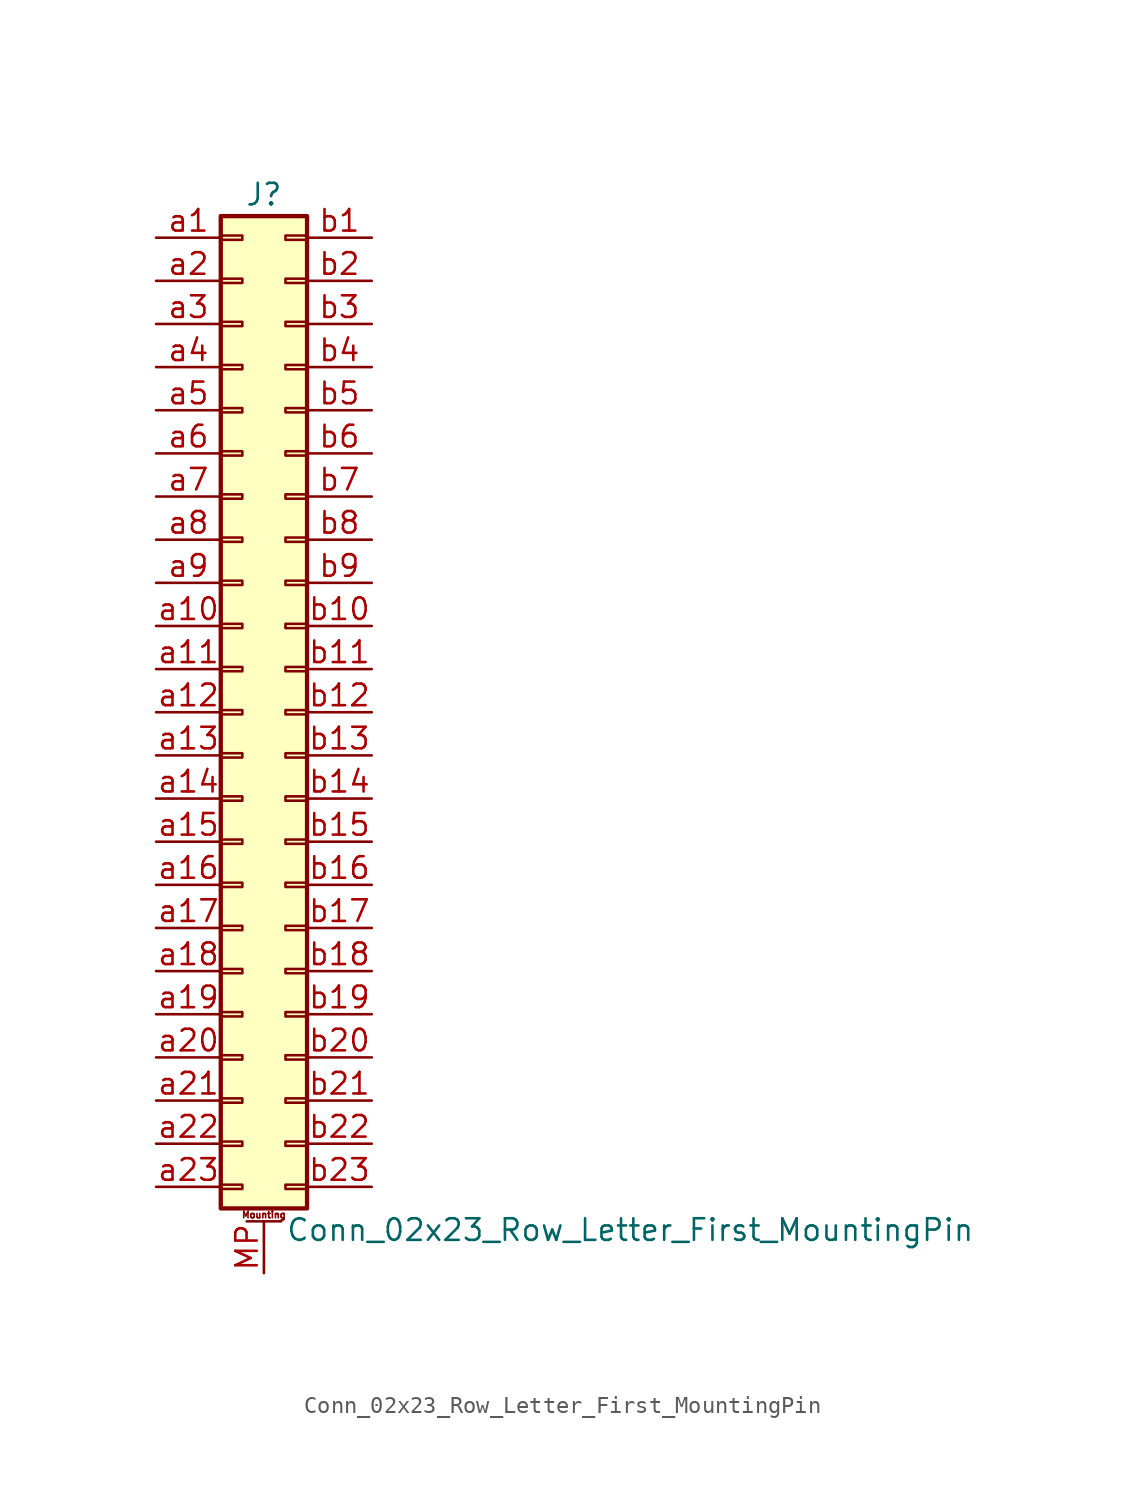
<source format=kicad_sym>
(kicad_symbol_lib
  (version 20201005)
  (generator kicad_symbol_editor)
  (symbol "Connector_Generic_MountingPin:Conn_02x23_Row_Letter_First_MountingPin"
    (pin_names
      (offset 1.016) hide)
    (property "Reference" "J"
      (at 1.27 30.48 0)
      (effects (font (size 1.27 1.27))))
    (property "Value" "Conn_02x23_Row_Letter_First_MountingPin"
      (at 2.54 -30.48 0)
      (effects (font (size 1.27 1.27)) (justify left)))
    (symbol "Conn_02x23_Row_Letter_First_MountingPin_1_1"
      (text "Mounting" (at 1.27 -29.591 0) (effects (font (size 0.381 0.381))))
      (rectangle (start -1.27 -27.813) (end 0 -28.067) (stroke (width 0.152)) (fill (type none)))
      (rectangle (start -1.27 -4.953) (end 0 -5.207) (stroke (width 0.152)) (fill (type none)))
      (rectangle (start -1.27 -7.493) (end 0 -7.747) (stroke (width 0.152)) (fill (type none)))
      (rectangle (start -1.27 -10.033) (end 0 -10.287) (stroke (width 0.152)) (fill (type none)))
      (rectangle (start -1.27 -12.573) (end 0 -12.827) (stroke (width 0.152)) (fill (type none)))
      (rectangle (start -1.27 -15.113) (end 0 -15.367) (stroke (width 0.152)) (fill (type none)))
      (rectangle (start -1.27 -17.653) (end 0 -17.907) (stroke (width 0.152)) (fill (type none)))
      (rectangle (start -1.27 -20.193) (end 0 -20.447) (stroke (width 0.152)) (fill (type none)))
      (rectangle (start -1.27 -22.733) (end 0 -22.987) (stroke (width 0.152)) (fill (type none)))
      (rectangle (start -1.27 -2.413) (end 0 -2.667) (stroke (width 0.152)) (fill (type none)))
      (rectangle (start -1.27 -25.273) (end 0 -25.527) (stroke (width 0.152)) (fill (type none)))
      (rectangle (start -1.27 25.527) (end 0 25.273) (stroke (width 0.152)) (fill (type none)))
      (rectangle (start -1.27 2.667) (end 0 2.413) (stroke (width 0.152)) (fill (type none)))
      (rectangle (start -1.27 28.067) (end 0 27.813) (stroke (width 0.152)) (fill (type none)))
      (rectangle (start -1.27 29.21) (end 3.81 -29.21) (stroke (width 0.254)) (fill (type background)))
      (rectangle (start -1.27 5.207) (end 0 4.953) (stroke (width 0.152)) (fill (type none)))
      (rectangle (start -1.27 7.747) (end 0 7.493) (stroke (width 0.152)) (fill (type none)))
      (rectangle (start -1.27 10.287) (end 0 10.033) (stroke (width 0.152)) (fill (type none)))
      (rectangle (start -1.27 0.127) (end 0 -0.127) (stroke (width 0.152)) (fill (type none)))
      (rectangle (start -1.27 12.827) (end 0 12.573) (stroke (width 0.152)) (fill (type none)))
      (rectangle (start -1.27 15.367) (end 0 15.113) (stroke (width 0.152)) (fill (type none)))
      (rectangle (start -1.27 17.907) (end 0 17.653) (stroke (width 0.152)) (fill (type none)))
      (rectangle (start -1.27 20.447) (end 0 20.193) (stroke (width 0.152)) (fill (type none)))
      (rectangle (start -1.27 22.987) (end 0 22.733) (stroke (width 0.152)) (fill (type none)))
      (rectangle (start 3.81 -27.813) (end 2.54 -28.067) (stroke (width 0.152)) (fill (type none)))
      (rectangle (start 3.81 -4.953) (end 2.54 -5.207) (stroke (width 0.152)) (fill (type none)))
      (rectangle (start 3.81 -7.493) (end 2.54 -7.747) (stroke (width 0.152)) (fill (type none)))
      (rectangle (start 3.81 -10.033) (end 2.54 -10.287) (stroke (width 0.152)) (fill (type none)))
      (rectangle (start 3.81 -12.573) (end 2.54 -12.827) (stroke (width 0.152)) (fill (type none)))
      (rectangle (start 3.81 -15.113) (end 2.54 -15.367) (stroke (width 0.152)) (fill (type none)))
      (rectangle (start 3.81 -17.653) (end 2.54 -17.907) (stroke (width 0.152)) (fill (type none)))
      (rectangle (start 3.81 -20.193) (end 2.54 -20.447) (stroke (width 0.152)) (fill (type none)))
      (rectangle (start 3.81 -22.733) (end 2.54 -22.987) (stroke (width 0.152)) (fill (type none)))
      (rectangle (start 3.81 -2.413) (end 2.54 -2.667) (stroke (width 0.152)) (fill (type none)))
      (rectangle (start 3.81 -25.273) (end 2.54 -25.527) (stroke (width 0.152)) (fill (type none)))
      (rectangle (start 3.81 25.527) (end 2.54 25.273) (stroke (width 0.152)) (fill (type none)))
      (rectangle (start 3.81 2.667) (end 2.54 2.413) (stroke (width 0.152)) (fill (type none)))
      (rectangle (start 3.81 28.067) (end 2.54 27.813) (stroke (width 0.152)) (fill (type none)))
      (rectangle (start 3.81 5.207) (end 2.54 4.953) (stroke (width 0.152)) (fill (type none)))
      (rectangle (start 3.81 7.747) (end 2.54 7.493) (stroke (width 0.152)) (fill (type none)))
      (rectangle (start 3.81 10.287) (end 2.54 10.033) (stroke (width 0.152)) (fill (type none)))
      (rectangle (start 3.81 0.127) (end 2.54 -0.127) (stroke (width 0.152)) (fill (type none)))
      (rectangle (start 3.81 12.827) (end 2.54 12.573) (stroke (width 0.152)) (fill (type none)))
      (rectangle (start 3.81 15.367) (end 2.54 15.113) (stroke (width 0.152)) (fill (type none)))
      (rectangle (start 3.81 17.907) (end 2.54 17.653) (stroke (width 0.152)) (fill (type none)))
      (rectangle (start 3.81 20.447) (end 2.54 20.193) (stroke (width 0.152)) (fill (type none)))
      (rectangle (start 3.81 22.987) (end 2.54 22.733) (stroke (width 0.152)) (fill (type none)))
      (polyline (pts (xy 0.254 -29.972) (xy 2.286 -29.972)) (stroke (width 0.152)) (fill (type none)))
      (pin passive line (at 1.27 -33.02 90) (length 3.048) (name "MountPin" (effects (font (size 1.27 1.27)))) (number "MP" (effects (font (size 1.27 1.27)))))
      (pin passive line (at -5.08 27.94 0) (length 3.81) (name "Pin_a1" (effects (font (size 1.27 1.27)))) (number "a1" (effects (font (size 1.27 1.27)))))
      (pin passive line (at -5.08 5.08 0) (length 3.81) (name "Pin_a10" (effects (font (size 1.27 1.27)))) (number "a10" (effects (font (size 1.27 1.27)))))
      (pin passive line (at -5.08 2.54 0) (length 3.81) (name "Pin_a11" (effects (font (size 1.27 1.27)))) (number "a11" (effects (font (size 1.27 1.27)))))
      (pin passive line (at -5.08 0 0) (length 3.81) (name "Pin_a12" (effects (font (size 1.27 1.27)))) (number "a12" (effects (font (size 1.27 1.27)))))
      (pin passive line (at -5.08 -2.54 0) (length 3.81) (name "Pin_a13" (effects (font (size 1.27 1.27)))) (number "a13" (effects (font (size 1.27 1.27)))))
      (pin passive line (at -5.08 -5.08 0) (length 3.81) (name "Pin_a14" (effects (font (size 1.27 1.27)))) (number "a14" (effects (font (size 1.27 1.27)))))
      (pin passive line (at -5.08 -7.62 0) (length 3.81) (name "Pin_a15" (effects (font (size 1.27 1.27)))) (number "a15" (effects (font (size 1.27 1.27)))))
      (pin passive line (at -5.08 -10.16 0) (length 3.81) (name "Pin_a16" (effects (font (size 1.27 1.27)))) (number "a16" (effects (font (size 1.27 1.27)))))
      (pin passive line (at -5.08 -12.7 0) (length 3.81) (name "Pin_a17" (effects (font (size 1.27 1.27)))) (number "a17" (effects (font (size 1.27 1.27)))))
      (pin passive line (at -5.08 -15.24 0) (length 3.81) (name "Pin_a18" (effects (font (size 1.27 1.27)))) (number "a18" (effects (font (size 1.27 1.27)))))
      (pin passive line (at -5.08 -17.78 0) (length 3.81) (name "Pin_a19" (effects (font (size 1.27 1.27)))) (number "a19" (effects (font (size 1.27 1.27)))))
      (pin passive line (at -5.08 25.4 0) (length 3.81) (name "Pin_a2" (effects (font (size 1.27 1.27)))) (number "a2" (effects (font (size 1.27 1.27)))))
      (pin passive line (at -5.08 -20.32 0) (length 3.81) (name "Pin_a20" (effects (font (size 1.27 1.27)))) (number "a20" (effects (font (size 1.27 1.27)))))
      (pin passive line (at -5.08 -22.86 0) (length 3.81) (name "Pin_a21" (effects (font (size 1.27 1.27)))) (number "a21" (effects (font (size 1.27 1.27)))))
      (pin passive line (at -5.08 -25.4 0) (length 3.81) (name "Pin_a22" (effects (font (size 1.27 1.27)))) (number "a22" (effects (font (size 1.27 1.27)))))
      (pin passive line (at -5.08 -27.94 0) (length 3.81) (name "Pin_a23" (effects (font (size 1.27 1.27)))) (number "a23" (effects (font (size 1.27 1.27)))))
      (pin passive line (at -5.08 22.86 0) (length 3.81) (name "Pin_a3" (effects (font (size 1.27 1.27)))) (number "a3" (effects (font (size 1.27 1.27)))))
      (pin passive line (at -5.08 20.32 0) (length 3.81) (name "Pin_a4" (effects (font (size 1.27 1.27)))) (number "a4" (effects (font (size 1.27 1.27)))))
      (pin passive line (at -5.08 17.78 0) (length 3.81) (name "Pin_a5" (effects (font (size 1.27 1.27)))) (number "a5" (effects (font (size 1.27 1.27)))))
      (pin passive line (at -5.08 15.24 0) (length 3.81) (name "Pin_a6" (effects (font (size 1.27 1.27)))) (number "a6" (effects (font (size 1.27 1.27)))))
      (pin passive line (at -5.08 12.7 0) (length 3.81) (name "Pin_a7" (effects (font (size 1.27 1.27)))) (number "a7" (effects (font (size 1.27 1.27)))))
      (pin passive line (at -5.08 10.16 0) (length 3.81) (name "Pin_a8" (effects (font (size 1.27 1.27)))) (number "a8" (effects (font (size 1.27 1.27)))))
      (pin passive line (at -5.08 7.62 0) (length 3.81) (name "Pin_a9" (effects (font (size 1.27 1.27)))) (number "a9" (effects (font (size 1.27 1.27)))))
      (pin passive line (at 7.62 27.94 180) (length 3.81) (name "Pin_b1" (effects (font (size 1.27 1.27)))) (number "b1" (effects (font (size 1.27 1.27)))))
      (pin passive line (at 7.62 5.08 180) (length 3.81) (name "Pin_b10" (effects (font (size 1.27 1.27)))) (number "b10" (effects (font (size 1.27 1.27)))))
      (pin passive line (at 7.62 2.54 180) (length 3.81) (name "Pin_b11" (effects (font (size 1.27 1.27)))) (number "b11" (effects (font (size 1.27 1.27)))))
      (pin passive line (at 7.62 0 180) (length 3.81) (name "Pin_b12" (effects (font (size 1.27 1.27)))) (number "b12" (effects (font (size 1.27 1.27)))))
      (pin passive line (at 7.62 -2.54 180) (length 3.81) (name "Pin_b13" (effects (font (size 1.27 1.27)))) (number "b13" (effects (font (size 1.27 1.27)))))
      (pin passive line (at 7.62 -5.08 180) (length 3.81) (name "Pin_b14" (effects (font (size 1.27 1.27)))) (number "b14" (effects (font (size 1.27 1.27)))))
      (pin passive line (at 7.62 -7.62 180) (length 3.81) (name "Pin_b15" (effects (font (size 1.27 1.27)))) (number "b15" (effects (font (size 1.27 1.27)))))
      (pin passive line (at 7.62 -10.16 180) (length 3.81) (name "Pin_b16" (effects (font (size 1.27 1.27)))) (number "b16" (effects (font (size 1.27 1.27)))))
      (pin passive line (at 7.62 -12.7 180) (length 3.81) (name "Pin_b17" (effects (font (size 1.27 1.27)))) (number "b17" (effects (font (size 1.27 1.27)))))
      (pin passive line (at 7.62 -15.24 180) (length 3.81) (name "Pin_b18" (effects (font (size 1.27 1.27)))) (number "b18" (effects (font (size 1.27 1.27)))))
      (pin passive line (at 7.62 -17.78 180) (length 3.81) (name "Pin_b19" (effects (font (size 1.27 1.27)))) (number "b19" (effects (font (size 1.27 1.27)))))
      (pin passive line (at 7.62 25.4 180) (length 3.81) (name "Pin_b2" (effects (font (size 1.27 1.27)))) (number "b2" (effects (font (size 1.27 1.27)))))
      (pin passive line (at 7.62 -20.32 180) (length 3.81) (name "Pin_b20" (effects (font (size 1.27 1.27)))) (number "b20" (effects (font (size 1.27 1.27)))))
      (pin passive line (at 7.62 -22.86 180) (length 3.81) (name "Pin_b21" (effects (font (size 1.27 1.27)))) (number "b21" (effects (font (size 1.27 1.27)))))
      (pin passive line (at 7.62 -25.4 180) (length 3.81) (name "Pin_b22" (effects (font (size 1.27 1.27)))) (number "b22" (effects (font (size 1.27 1.27)))))
      (pin passive line (at 7.62 -27.94 180) (length 3.81) (name "Pin_b23" (effects (font (size 1.27 1.27)))) (number "b23" (effects (font (size 1.27 1.27)))))
      (pin passive line (at 7.62 22.86 180) (length 3.81) (name "Pin_b3" (effects (font (size 1.27 1.27)))) (number "b3" (effects (font (size 1.27 1.27)))))
      (pin passive line (at 7.62 20.32 180) (length 3.81) (name "Pin_b4" (effects (font (size 1.27 1.27)))) (number "b4" (effects (font (size 1.27 1.27)))))
      (pin passive line (at 7.62 17.78 180) (length 3.81) (name "Pin_b5" (effects (font (size 1.27 1.27)))) (number "b5" (effects (font (size 1.27 1.27)))))
      (pin passive line (at 7.62 15.24 180) (length 3.81) (name "Pin_b6" (effects (font (size 1.27 1.27)))) (number "b6" (effects (font (size 1.27 1.27)))))
      (pin passive line (at 7.62 12.7 180) (length 3.81) (name "Pin_b7" (effects (font (size 1.27 1.27)))) (number "b7" (effects (font (size 1.27 1.27)))))
      (pin passive line (at 7.62 10.16 180) (length 3.81) (name "Pin_b8" (effects (font (size 1.27 1.27)))) (number "b8" (effects (font (size 1.27 1.27)))))
      (pin passive line (at 7.62 7.62 180) (length 3.81) (name "Pin_b9" (effects (font (size 1.27 1.27)))) (number "b9" (effects (font (size 1.27 1.27))))))))
</source>
